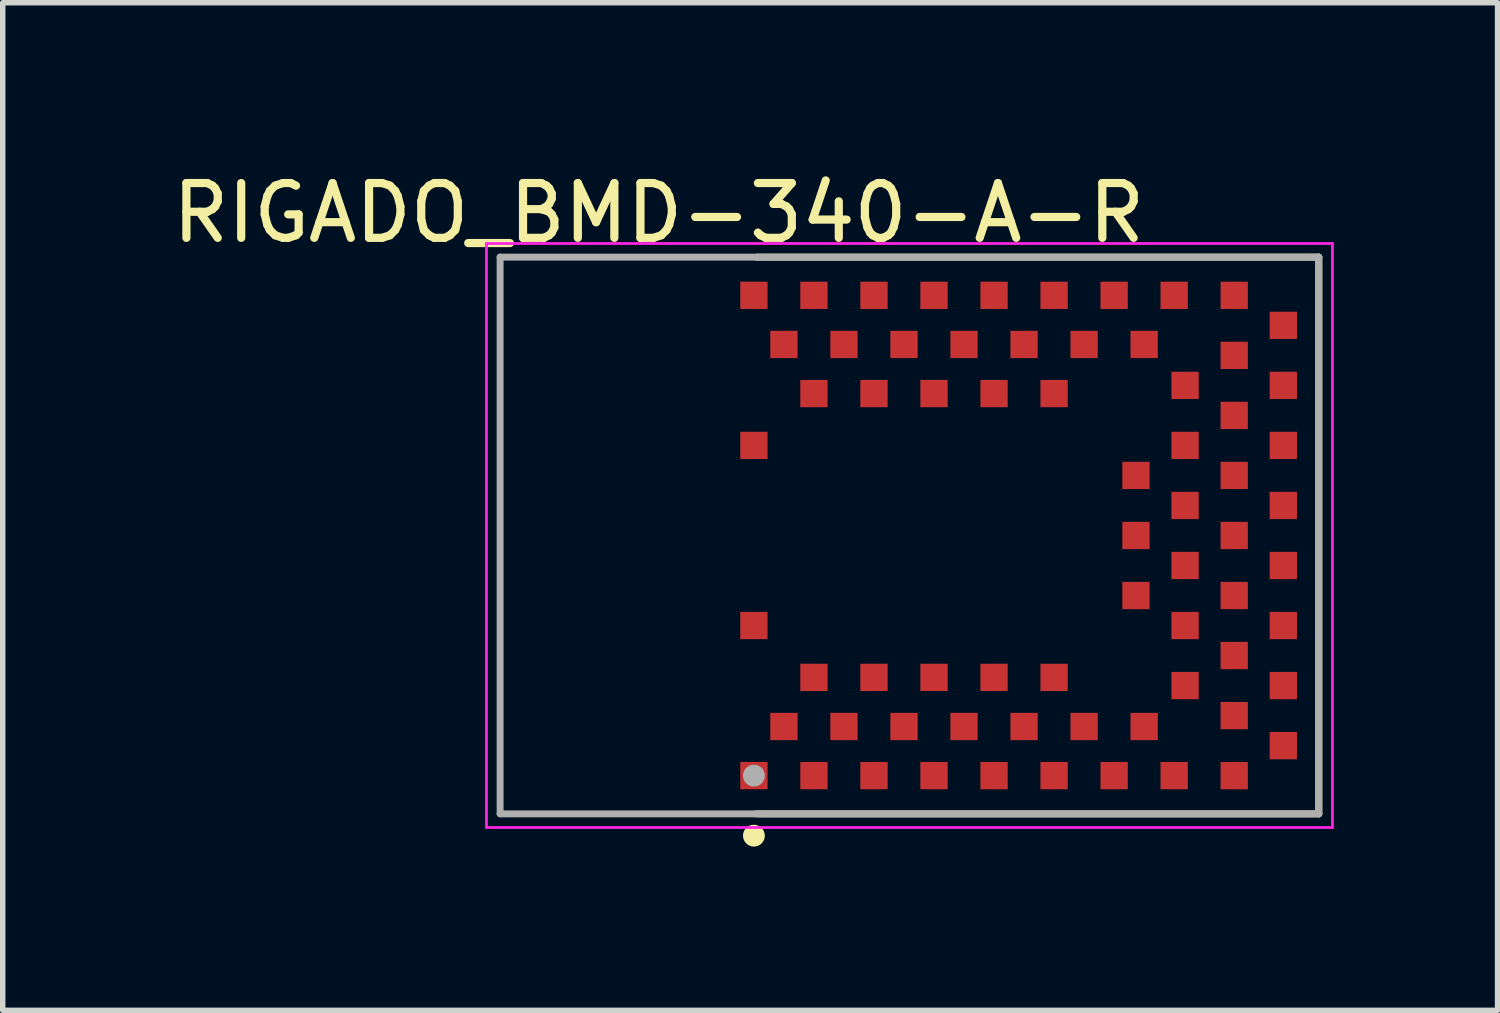
<source format=kicad_pcb>
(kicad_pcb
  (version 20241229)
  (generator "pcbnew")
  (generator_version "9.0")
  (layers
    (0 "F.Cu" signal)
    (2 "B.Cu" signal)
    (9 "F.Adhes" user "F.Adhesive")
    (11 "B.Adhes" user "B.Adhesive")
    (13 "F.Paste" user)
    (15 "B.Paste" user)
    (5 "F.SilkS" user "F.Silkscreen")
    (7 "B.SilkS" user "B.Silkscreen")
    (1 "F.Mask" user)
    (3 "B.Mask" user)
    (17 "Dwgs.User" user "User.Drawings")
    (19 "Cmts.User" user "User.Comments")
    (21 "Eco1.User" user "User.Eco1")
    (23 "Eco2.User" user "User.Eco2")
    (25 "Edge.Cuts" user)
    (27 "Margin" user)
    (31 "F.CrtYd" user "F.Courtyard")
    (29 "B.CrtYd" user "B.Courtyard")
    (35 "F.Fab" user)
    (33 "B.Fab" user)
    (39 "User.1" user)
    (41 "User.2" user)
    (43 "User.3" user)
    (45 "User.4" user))
  (footprint "RIGADO_BMD-340-A-R"
    (layer "F.Cu")
    (at 13.613 6.761)
    (property "Reference" "RIGADO_BMD-340-A-R" (at -4.594 -5.91 0) (layer "F.SilkS") (effects (font (size 1.004 1.004) (thickness 0.15))))
    (attr through_hole)
    (fp_line (start -2.8 5.1) (end 7.5 5.1) (stroke (width 0.127) (type solid)) (layer "F.SilkS"))
    (fp_line (start 7.5 -5.1) (end -2.8 -5.1) (stroke (width 0.127) (type solid)) (layer "F.SilkS"))
    (fp_line (start 7.5 -5.1) (end 7.5 5.1) (stroke (width 0.127) (type solid)) (layer "F.SilkS"))
    (fp_circle (center -2.85 5.5) (end -2.75 5.5) (stroke (width 0.2) (type solid)) (fill no) (layer "F.SilkS"))
    (fp_line (start -7.75 -5.35) (end -7.75 5.35) (stroke (width 0.05) (type solid)) (layer "F.CrtYd"))
    (fp_line (start -7.75 5.35) (end 7.75 5.35) (stroke (width 0.05) (type solid)) (layer "F.CrtYd"))
    (fp_line (start 7.75 -5.35) (end -7.75 -5.35) (stroke (width 0.05) (type solid)) (layer "F.CrtYd"))
    (fp_line (start 7.75 5.35) (end 7.75 -5.35) (stroke (width 0.05) (type solid)) (layer "F.CrtYd"))
    (fp_line (start -7.5 -5.1) (end 7.5 -5.1) (stroke (width 0.127) (type solid)) (layer "F.Fab"))
    (fp_line (start -7.5 5.1) (end -7.5 -5.1) (stroke (width 0.127) (type solid)) (layer "F.Fab"))
    (fp_line (start 7.5 -5.1) (end 7.5 5.1) (stroke (width 0.127) (type solid)) (layer "F.Fab"))
    (fp_line (start 7.5 5.1) (end -7.5 5.1) (stroke (width 0.127) (type solid)) (layer "F.Fab"))
    (fp_circle (center -2.85 4.4) (end -2.75 4.4) (stroke (width 0.2) (type solid)) (fill no) (layer "F.Fab"))
    (pad "1" smd rect (at -2.85 4.4) (size 0.5 0.5) (layers "F.Cu" "F.Mask" "F.Paste"))
    (pad "2" smd rect (at -2.3 3.5) (size 0.5 0.5) (layers "F.Cu" "F.Mask" "F.Paste"))
    (pad "3" smd rect (at -1.75 4.4) (size 0.5 0.5) (layers "F.Cu" "F.Mask" "F.Paste"))
    (pad "4" smd rect (at -1.2 3.5) (size 0.5 0.5) (layers "F.Cu" "F.Mask" "F.Paste"))
    (pad "5" smd rect (at -0.65 4.4) (size 0.5 0.5) (layers "F.Cu" "F.Mask" "F.Paste"))
    (pad "6" smd rect (at -0.1 3.5) (size 0.5 0.5) (layers "F.Cu" "F.Mask" "F.Paste"))
    (pad "7" smd rect (at 0.45 4.4) (size 0.5 0.5) (layers "F.Cu" "F.Mask" "F.Paste"))
    (pad "8" smd rect (at 1 3.5) (size 0.5 0.5) (layers "F.Cu" "F.Mask" "F.Paste"))
    (pad "9" smd rect (at 1.55 4.4) (size 0.5 0.5) (layers "F.Cu" "F.Mask" "F.Paste"))
    (pad "10" smd rect (at 2.1 3.5) (size 0.5 0.5) (layers "F.Cu" "F.Mask" "F.Paste"))
    (pad "11" smd rect (at 2.65 4.4) (size 0.5 0.5) (layers "F.Cu" "F.Mask" "F.Paste"))
    (pad "12" smd rect (at 3.2 3.5) (size 0.5 0.5) (layers "F.Cu" "F.Mask" "F.Paste"))
    (pad "13" smd rect (at 3.75 4.4) (size 0.5 0.5) (layers "F.Cu" "F.Mask" "F.Paste"))
    (pad "14" smd rect (at 4.3 3.5) (size 0.5 0.5) (layers "F.Cu" "F.Mask" "F.Paste"))
    (pad "15" smd rect (at 4.85 4.4) (size 0.5 0.5) (layers "F.Cu" "F.Mask" "F.Paste"))
    (pad "16" smd rect (at 5.95 4.4) (size 0.5 0.5) (layers "F.Cu" "F.Mask" "F.Paste"))
    (pad "17" smd rect (at 5.95 3.3) (size 0.5 0.5) (layers "F.Cu" "F.Mask" "F.Paste"))
    (pad "18" smd rect (at 5.05 2.75) (size 0.5 0.5) (layers "F.Cu" "F.Mask" "F.Paste"))
    (pad "19" smd rect (at 5.95 2.2) (size 0.5 0.5) (layers "F.Cu" "F.Mask" "F.Paste"))
    (pad "20" smd rect (at 5.05 1.65) (size 0.5 0.5) (layers "F.Cu" "F.Mask" "F.Paste"))
    (pad "21" smd rect (at 5.95 1.1) (size 0.5 0.5) (layers "F.Cu" "F.Mask" "F.Paste"))
    (pad "22" smd rect (at 5.05 0.55) (size 0.5 0.5) (layers "F.Cu" "F.Mask" "F.Paste"))
    (pad "23" smd rect (at 5.95 0) (size 0.5 0.5) (layers "F.Cu" "F.Mask" "F.Paste"))
    (pad "24" smd rect (at 5.05 -0.55) (size 0.5 0.5) (layers "F.Cu" "F.Mask" "F.Paste"))
    (pad "25" smd rect (at 5.95 -1.1) (size 0.5 0.5) (layers "F.Cu" "F.Mask" "F.Paste"))
    (pad "26" smd rect (at 5.05 -1.65) (size 0.5 0.5) (layers "F.Cu" "F.Mask" "F.Paste"))
    (pad "27" smd rect (at 5.95 -2.2) (size 0.5 0.5) (layers "F.Cu" "F.Mask" "F.Paste"))
    (pad "28" smd rect (at 5.05 -2.75) (size 0.5 0.5) (layers "F.Cu" "F.Mask" "F.Paste"))
    (pad "29" smd rect (at 5.95 -3.3) (size 0.5 0.5) (layers "F.Cu" "F.Mask" "F.Paste"))
    (pad "30" smd rect (at 5.95 -4.4) (size 0.5 0.5) (layers "F.Cu" "F.Mask" "F.Paste"))
    (pad "31" smd rect (at 4.85 -4.4) (size 0.5 0.5) (layers "F.Cu" "F.Mask" "F.Paste"))
    (pad "32" smd rect (at 4.3 -3.5) (size 0.5 0.5) (layers "F.Cu" "F.Mask" "F.Paste"))
    (pad "33" smd rect (at 3.75 -4.4) (size 0.5 0.5) (layers "F.Cu" "F.Mask" "F.Paste"))
    (pad "34" smd rect (at 3.2 -3.5) (size 0.5 0.5) (layers "F.Cu" "F.Mask" "F.Paste"))
    (pad "35" smd rect (at 2.65 -4.4) (size 0.5 0.5) (layers "F.Cu" "F.Mask" "F.Paste"))
    (pad "36" smd rect (at 2.1 -3.5) (size 0.5 0.5) (layers "F.Cu" "F.Mask" "F.Paste"))
    (pad "37" smd rect (at 1.55 -4.4) (size 0.5 0.5) (layers "F.Cu" "F.Mask" "F.Paste"))
    (pad "38" smd rect (at 1 -3.5) (size 0.5 0.5) (layers "F.Cu" "F.Mask" "F.Paste"))
    (pad "39" smd rect (at 0.45 -4.4) (size 0.5 0.5) (layers "F.Cu" "F.Mask" "F.Paste"))
    (pad "40" smd rect (at -0.1 -3.5) (size 0.5 0.5) (layers "F.Cu" "F.Mask" "F.Paste"))
    (pad "41" smd rect (at -0.65 -4.4) (size 0.5 0.5) (layers "F.Cu" "F.Mask" "F.Paste"))
    (pad "42" smd rect (at -1.2 -3.5) (size 0.5 0.5) (layers "F.Cu" "F.Mask" "F.Paste"))
    (pad "43" smd rect (at -1.75 -4.4) (size 0.5 0.5) (layers "F.Cu" "F.Mask" "F.Paste"))
    (pad "44" smd rect (at -2.3 -3.5) (size 0.5 0.5) (layers "F.Cu" "F.Mask" "F.Paste"))
    (pad "45" smd rect (at -2.85 -4.4) (size 0.5 0.5) (layers "F.Cu" "F.Mask" "F.Paste"))
    (pad "46" smd rect (at -2.85 -1.65) (size 0.5 0.5) (layers "F.Cu" "F.Mask" "F.Paste"))
    (pad "47" smd rect (at -2.85 1.65) (size 0.5 0.5) (layers "F.Cu" "F.Mask" "F.Paste"))
    (pad "48" smd rect (at -1.75 2.6) (size 0.5 0.5) (layers "F.Cu" "F.Mask" "F.Paste"))
    (pad "49" smd rect (at -0.65 2.6) (size 0.5 0.5) (layers "F.Cu" "F.Mask" "F.Paste"))
    (pad "50" smd rect (at 0.45 2.6) (size 0.5 0.5) (layers "F.Cu" "F.Mask" "F.Paste"))
    (pad "51" smd rect (at 1.55 2.6) (size 0.5 0.5) (layers "F.Cu" "F.Mask" "F.Paste"))
    (pad "52" smd rect (at 2.65 2.6) (size 0.5 0.5) (layers "F.Cu" "F.Mask" "F.Paste"))
    (pad "53" smd rect (at 4.15 1.1) (size 0.5 0.5) (layers "F.Cu" "F.Mask" "F.Paste"))
    (pad "54" smd rect (at 4.15 0) (size 0.5 0.5) (layers "F.Cu" "F.Mask" "F.Paste"))
    (pad "55" smd rect (at 4.15 -1.1) (size 0.5 0.5) (layers "F.Cu" "F.Mask" "F.Paste"))
    (pad "56" smd rect (at 2.65 -2.6) (size 0.5 0.5) (layers "F.Cu" "F.Mask" "F.Paste"))
    (pad "57" smd rect (at 1.55 -2.6) (size 0.5 0.5) (layers "F.Cu" "F.Mask" "F.Paste"))
    (pad "58" smd rect (at 0.45 -2.6) (size 0.5 0.5) (layers "F.Cu" "F.Mask" "F.Paste"))
    (pad "59" smd rect (at -0.65 -2.6) (size 0.5 0.5) (layers "F.Cu" "F.Mask" "F.Paste"))
    (pad "60" smd rect (at -1.75 -2.6) (size 0.5 0.5) (layers "F.Cu" "F.Mask" "F.Paste"))
    (pad "61" smd rect (at 6.85 3.85) (size 0.5 0.5) (layers "F.Cu" "F.Mask" "F.Paste"))
    (pad "62" smd rect (at 6.85 2.75) (size 0.5 0.5) (layers "F.Cu" "F.Mask" "F.Paste"))
    (pad "63" smd rect (at 6.85 1.65) (size 0.5 0.5) (layers "F.Cu" "F.Mask" "F.Paste"))
    (pad "64" smd rect (at 6.85 0.55) (size 0.5 0.5) (layers "F.Cu" "F.Mask" "F.Paste"))
    (pad "65" smd rect (at 6.85 -0.55) (size 0.5 0.5) (layers "F.Cu" "F.Mask" "F.Paste"))
    (pad "66" smd rect (at 6.85 -1.65) (size 0.5 0.5) (layers "F.Cu" "F.Mask" "F.Paste"))
    (pad "67" smd rect (at 6.85 -2.75) (size 0.5 0.5) (layers "F.Cu" "F.Mask" "F.Paste"))
    (pad "68" smd rect (at 6.85 -3.85) (size 0.5 0.5) (layers "F.Cu" "F.Mask" "F.Paste"))
    (zone (net_name "") (layer "F.Cu") (hatch full 0.508) (connect_pads) (min_thickness 0.01) (filled_areas_thickness no) (keepout (tracks not_allowed) (vias not_allowed) (pads not_allowed) (copperpour not_allowed) (footprints allowed)) (placement (enabled no)) (fill) (polygon (pts (xy 6.094 1.661) (xy 10.513 1.661) (xy 10.513 11.874) (xy 6.094 11.874))))
    (zone (net_name "") (layers "F.Cu" "B.Cu") (hatch full 0.508) (connect_pads) (min_thickness 0.01) (filled_areas_thickness no) (keepout (tracks allowed) (vias not_allowed) (pads allowed) (copperpour allowed) (footprints allowed)) (placement (enabled no)) (fill) (polygon (pts (xy 6.102 1.661) (xy 10.513 1.661) (xy 10.513 11.869) (xy 6.102 11.869)))))
  (gr_rect
    (start -3 -3)
    (end 24.388 15.461)
    (stroke (width 0.1) (type default))
    (fill no)
    (layer "Edge.Cuts")))
</source>
